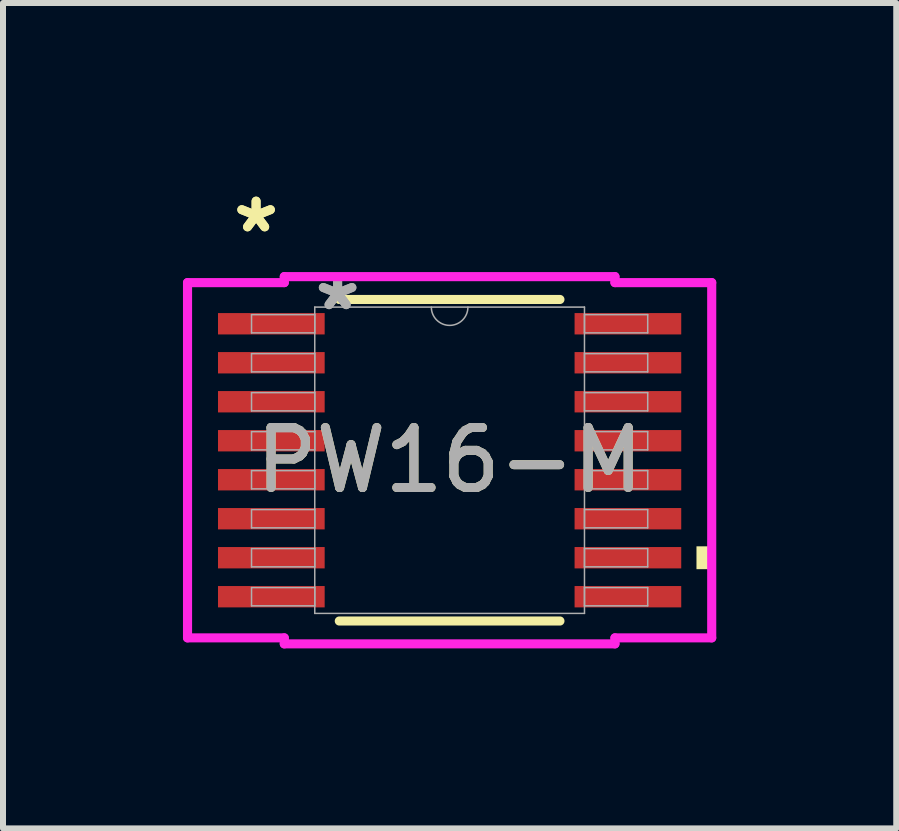
<source format=kicad_pcb>
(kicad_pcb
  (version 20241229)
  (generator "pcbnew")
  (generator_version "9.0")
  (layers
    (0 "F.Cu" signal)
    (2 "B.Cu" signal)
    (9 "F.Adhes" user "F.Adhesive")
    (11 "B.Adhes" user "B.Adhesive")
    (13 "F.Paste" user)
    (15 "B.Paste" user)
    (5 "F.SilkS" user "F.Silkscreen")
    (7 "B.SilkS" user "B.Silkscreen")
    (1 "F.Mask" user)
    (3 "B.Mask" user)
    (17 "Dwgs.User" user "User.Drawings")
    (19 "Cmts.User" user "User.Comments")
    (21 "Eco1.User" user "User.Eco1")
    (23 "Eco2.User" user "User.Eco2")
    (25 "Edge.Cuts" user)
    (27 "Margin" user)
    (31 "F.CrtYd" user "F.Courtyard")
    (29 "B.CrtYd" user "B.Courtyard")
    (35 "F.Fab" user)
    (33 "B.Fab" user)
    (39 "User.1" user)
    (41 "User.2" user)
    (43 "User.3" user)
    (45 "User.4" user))
  (footprint "PW16-M"
    (layer "F.Cu")
    (at 4.445 4.622)
    (property "Reference" "PW16-M" (at 0 0 0) (unlocked yes) (layer "F.SilkS") (effects (font (size 1 1) (thickness 0.15))))
    (attr smd)
    (fp_line (start -1.839 2.68) (end 1.839 2.68) (stroke (width 0.152) (type solid)) (layer "F.SilkS"))
    (fp_line (start 1.839 -2.68) (end -1.839 -2.68) (stroke (width 0.152) (type solid)) (layer "F.SilkS"))
    (fp_poly (pts (xy 4.369 1.435) (xy 4.369 1.816) (xy 4.115 1.816) (xy 4.115 1.435)) (stroke (width 0) (type solid)) (fill yes) (layer "F.SilkS"))
    (fp_line (start -4.369 -2.961) (end -2.756 -2.961) (stroke (width 0.152) (type solid)) (layer "F.CrtYd"))
    (fp_line (start -4.369 2.961) (end -4.369 -2.961) (stroke (width 0.152) (type solid)) (layer "F.CrtYd"))
    (fp_line (start -4.369 2.961) (end -2.756 2.961) (stroke (width 0.152) (type solid)) (layer "F.CrtYd"))
    (fp_line (start -2.756 -3.061) (end 2.756 -3.061) (stroke (width 0.152) (type solid)) (layer "F.CrtYd"))
    (fp_line (start -2.756 -2.961) (end -2.756 -3.061) (stroke (width 0.152) (type solid)) (layer "F.CrtYd"))
    (fp_line (start -2.756 3.061) (end -2.756 2.961) (stroke (width 0.152) (type solid)) (layer "F.CrtYd"))
    (fp_line (start 2.756 -3.061) (end 2.756 -2.961) (stroke (width 0.152) (type solid)) (layer "F.CrtYd"))
    (fp_line (start 2.756 2.961) (end 2.756 3.061) (stroke (width 0.152) (type solid)) (layer "F.CrtYd"))
    (fp_line (start 2.756 3.061) (end -2.756 3.061) (stroke (width 0.152) (type solid)) (layer "F.CrtYd"))
    (fp_line (start 4.369 -2.961) (end 2.756 -2.961) (stroke (width 0.152) (type solid)) (layer "F.CrtYd"))
    (fp_line (start 4.369 -2.961) (end 4.369 2.961) (stroke (width 0.152) (type solid)) (layer "F.CrtYd"))
    (fp_line (start 4.369 2.961) (end 2.756 2.961) (stroke (width 0.152) (type solid)) (layer "F.CrtYd"))
    (fp_line (start -3.302 -2.427) (end -3.302 -2.123) (stroke (width 0.025) (type solid)) (layer "F.Fab"))
    (fp_line (start -3.302 -2.123) (end -2.248 -2.123) (stroke (width 0.025) (type solid)) (layer "F.Fab"))
    (fp_line (start -3.302 -1.777) (end -3.302 -1.473) (stroke (width 0.025) (type solid)) (layer "F.Fab"))
    (fp_line (start -3.302 -1.473) (end -2.248 -1.473) (stroke (width 0.025) (type solid)) (layer "F.Fab"))
    (fp_line (start -3.302 -1.127) (end -3.302 -0.823) (stroke (width 0.025) (type solid)) (layer "F.Fab"))
    (fp_line (start -3.302 -0.823) (end -2.248 -0.823) (stroke (width 0.025) (type solid)) (layer "F.Fab"))
    (fp_line (start -3.302 -0.477) (end -3.302 -0.173) (stroke (width 0.025) (type solid)) (layer "F.Fab"))
    (fp_line (start -3.302 -0.173) (end -2.248 -0.173) (stroke (width 0.025) (type solid)) (layer "F.Fab"))
    (fp_line (start -3.302 0.173) (end -3.302 0.477) (stroke (width 0.025) (type solid)) (layer "F.Fab"))
    (fp_line (start -3.302 0.477) (end -2.248 0.477) (stroke (width 0.025) (type solid)) (layer "F.Fab"))
    (fp_line (start -3.302 0.823) (end -3.302 1.127) (stroke (width 0.025) (type solid)) (layer "F.Fab"))
    (fp_line (start -3.302 1.127) (end -2.248 1.127) (stroke (width 0.025) (type solid)) (layer "F.Fab"))
    (fp_line (start -3.302 1.473) (end -3.302 1.777) (stroke (width 0.025) (type solid)) (layer "F.Fab"))
    (fp_line (start -3.302 1.777) (end -2.248 1.777) (stroke (width 0.025) (type solid)) (layer "F.Fab"))
    (fp_line (start -3.302 2.123) (end -3.302 2.427) (stroke (width 0.025) (type solid)) (layer "F.Fab"))
    (fp_line (start -3.302 2.427) (end -2.248 2.427) (stroke (width 0.025) (type solid)) (layer "F.Fab"))
    (fp_line (start -2.248 -2.553) (end -2.248 2.553) (stroke (width 0.025) (type solid)) (layer "F.Fab"))
    (fp_line (start -2.248 -2.427) (end -3.302 -2.427) (stroke (width 0.025) (type solid)) (layer "F.Fab"))
    (fp_line (start -2.248 -2.123) (end -2.248 -2.427) (stroke (width 0.025) (type solid)) (layer "F.Fab"))
    (fp_line (start -2.248 -1.777) (end -3.302 -1.777) (stroke (width 0.025) (type solid)) (layer "F.Fab"))
    (fp_line (start -2.248 -1.473) (end -2.248 -1.777) (stroke (width 0.025) (type solid)) (layer "F.Fab"))
    (fp_line (start -2.248 -1.127) (end -3.302 -1.127) (stroke (width 0.025) (type solid)) (layer "F.Fab"))
    (fp_line (start -2.248 -0.823) (end -2.248 -1.127) (stroke (width 0.025) (type solid)) (layer "F.Fab"))
    (fp_line (start -2.248 -0.477) (end -3.302 -0.477) (stroke (width 0.025) (type solid)) (layer "F.Fab"))
    (fp_line (start -2.248 -0.173) (end -2.248 -0.477) (stroke (width 0.025) (type solid)) (layer "F.Fab"))
    (fp_line (start -2.248 0.173) (end -3.302 0.173) (stroke (width 0.025) (type solid)) (layer "F.Fab"))
    (fp_line (start -2.248 0.477) (end -2.248 0.173) (stroke (width 0.025) (type solid)) (layer "F.Fab"))
    (fp_line (start -2.248 0.823) (end -3.302 0.823) (stroke (width 0.025) (type solid)) (layer "F.Fab"))
    (fp_line (start -2.248 1.127) (end -2.248 0.823) (stroke (width 0.025) (type solid)) (layer "F.Fab"))
    (fp_line (start -2.248 1.473) (end -3.302 1.473) (stroke (width 0.025) (type solid)) (layer "F.Fab"))
    (fp_line (start -2.248 1.777) (end -2.248 1.473) (stroke (width 0.025) (type solid)) (layer "F.Fab"))
    (fp_line (start -2.248 2.123) (end -3.302 2.123) (stroke (width 0.025) (type solid)) (layer "F.Fab"))
    (fp_line (start -2.248 2.427) (end -2.248 2.123) (stroke (width 0.025) (type solid)) (layer "F.Fab"))
    (fp_line (start -2.248 2.553) (end 2.248 2.553) (stroke (width 0.025) (type solid)) (layer "F.Fab"))
    (fp_line (start 2.248 -2.553) (end -2.248 -2.553) (stroke (width 0.025) (type solid)) (layer "F.Fab"))
    (fp_line (start 2.248 -2.427) (end 2.248 -2.123) (stroke (width 0.025) (type solid)) (layer "F.Fab"))
    (fp_line (start 2.248 -2.123) (end 3.302 -2.123) (stroke (width 0.025) (type solid)) (layer "F.Fab"))
    (fp_line (start 2.248 -1.777) (end 2.248 -1.473) (stroke (width 0.025) (type solid)) (layer "F.Fab"))
    (fp_line (start 2.248 -1.473) (end 3.302 -1.473) (stroke (width 0.025) (type solid)) (layer "F.Fab"))
    (fp_line (start 2.248 -1.127) (end 2.248 -0.823) (stroke (width 0.025) (type solid)) (layer "F.Fab"))
    (fp_line (start 2.248 -0.823) (end 3.302 -0.823) (stroke (width 0.025) (type solid)) (layer "F.Fab"))
    (fp_line (start 2.248 -0.477) (end 2.248 -0.173) (stroke (width 0.025) (type solid)) (layer "F.Fab"))
    (fp_line (start 2.248 -0.173) (end 3.302 -0.173) (stroke (width 0.025) (type solid)) (layer "F.Fab"))
    (fp_line (start 2.248 0.173) (end 2.248 0.477) (stroke (width 0.025) (type solid)) (layer "F.Fab"))
    (fp_line (start 2.248 0.477) (end 3.302 0.477) (stroke (width 0.025) (type solid)) (layer "F.Fab"))
    (fp_line (start 2.248 0.823) (end 2.248 1.127) (stroke (width 0.025) (type solid)) (layer "F.Fab"))
    (fp_line (start 2.248 1.127) (end 3.302 1.127) (stroke (width 0.025) (type solid)) (layer "F.Fab"))
    (fp_line (start 2.248 1.473) (end 2.248 1.777) (stroke (width 0.025) (type solid)) (layer "F.Fab"))
    (fp_line (start 2.248 1.777) (end 3.302 1.777) (stroke (width 0.025) (type solid)) (layer "F.Fab"))
    (fp_line (start 2.248 2.123) (end 2.248 2.427) (stroke (width 0.025) (type solid)) (layer "F.Fab"))
    (fp_line (start 2.248 2.427) (end 3.302 2.427) (stroke (width 0.025) (type solid)) (layer "F.Fab"))
    (fp_line (start 2.248 2.553) (end 2.248 -2.553) (stroke (width 0.025) (type solid)) (layer "F.Fab"))
    (fp_line (start 3.302 -2.427) (end 2.248 -2.427) (stroke (width 0.025) (type solid)) (layer "F.Fab"))
    (fp_line (start 3.302 -2.123) (end 3.302 -2.427) (stroke (width 0.025) (type solid)) (layer "F.Fab"))
    (fp_line (start 3.302 -1.777) (end 2.248 -1.777) (stroke (width 0.025) (type solid)) (layer "F.Fab"))
    (fp_line (start 3.302 -1.473) (end 3.302 -1.777) (stroke (width 0.025) (type solid)) (layer "F.Fab"))
    (fp_line (start 3.302 -1.127) (end 2.248 -1.127) (stroke (width 0.025) (type solid)) (layer "F.Fab"))
    (fp_line (start 3.302 -0.823) (end 3.302 -1.127) (stroke (width 0.025) (type solid)) (layer "F.Fab"))
    (fp_line (start 3.302 -0.477) (end 2.248 -0.477) (stroke (width 0.025) (type solid)) (layer "F.Fab"))
    (fp_line (start 3.302 -0.173) (end 3.302 -0.477) (stroke (width 0.025) (type solid)) (layer "F.Fab"))
    (fp_line (start 3.302 0.173) (end 2.248 0.173) (stroke (width 0.025) (type solid)) (layer "F.Fab"))
    (fp_line (start 3.302 0.477) (end 3.302 0.173) (stroke (width 0.025) (type solid)) (layer "F.Fab"))
    (fp_line (start 3.302 0.823) (end 2.248 0.823) (stroke (width 0.025) (type solid)) (layer "F.Fab"))
    (fp_line (start 3.302 1.127) (end 3.302 0.823) (stroke (width 0.025) (type solid)) (layer "F.Fab"))
    (fp_line (start 3.302 1.473) (end 2.248 1.473) (stroke (width 0.025) (type solid)) (layer "F.Fab"))
    (fp_line (start 3.302 1.777) (end 3.302 1.473) (stroke (width 0.025) (type solid)) (layer "F.Fab"))
    (fp_line (start 3.302 2.123) (end 2.248 2.123) (stroke (width 0.025) (type solid)) (layer "F.Fab"))
    (fp_line (start 3.302 2.427) (end 3.302 2.123) (stroke (width 0.025) (type solid)) (layer "F.Fab"))
    (fp_arc (start 0.3048 -2.5527) (mid 0 -2.2479) (end -0.3048 -2.5527) (stroke (width 0.0254) (type solid)) (layer "F.Fab"))
    (fp_text user "*" (at -3.226 -3.774 0) (layer "F.SilkS") (effects (font (size 1 1) (thickness 0.15))))
    (fp_text user "*" (at -3.226 -3.774 0) (unlocked yes) (layer "F.SilkS") (effects (font (size 1 1) (thickness 0.15))))
    (fp_text user "*" (at -1.867 -2.477 0) (unlocked yes) (layer "F.Fab") (effects (font (size 1 1) (thickness 0.15))))
    (fp_text user "*" (at -1.867 -2.477 0) (layer "F.Fab") (effects (font (size 1 1) (thickness 0.15))))
    (fp_text user "${REFERENCE}" (at 0 0 0) (unlocked yes) (layer "F.Fab") (effects (font (size 1 1) (thickness 0.15))))
    (pad "1" smd rect (at -2.972 -2.275) (size 1.778 0.356) (layers "F.Cu" "F.Mask" "F.Paste"))
    (pad "2" smd rect (at -2.972 -1.625) (size 1.778 0.356) (layers "F.Cu" "F.Mask" "F.Paste"))
    (pad "3" smd rect (at -2.972 -0.975) (size 1.778 0.356) (layers "F.Cu" "F.Mask" "F.Paste"))
    (pad "4" smd rect (at -2.972 -0.325) (size 1.778 0.356) (layers "F.Cu" "F.Mask" "F.Paste"))
    (pad "5" smd rect (at -2.972 0.325) (size 1.778 0.356) (layers "F.Cu" "F.Mask" "F.Paste"))
    (pad "6" smd rect (at -2.972 0.975) (size 1.778 0.356) (layers "F.Cu" "F.Mask" "F.Paste"))
    (pad "7" smd rect (at -2.972 1.625) (size 1.778 0.356) (layers "F.Cu" "F.Mask" "F.Paste"))
    (pad "8" smd rect (at -2.972 2.275) (size 1.778 0.356) (layers "F.Cu" "F.Mask" "F.Paste"))
    (pad "9" smd rect (at 2.972 2.275) (size 1.778 0.356) (layers "F.Cu" "F.Mask" "F.Paste"))
    (pad "10" smd rect (at 2.972 1.625) (size 1.778 0.356) (layers "F.Cu" "F.Mask" "F.Paste"))
    (pad "11" smd rect (at 2.972 0.975) (size 1.778 0.356) (layers "F.Cu" "F.Mask" "F.Paste"))
    (pad "12" smd rect (at 2.972 0.325) (size 1.778 0.356) (layers "F.Cu" "F.Mask" "F.Paste"))
    (pad "13" smd rect (at 2.972 -0.325) (size 1.778 0.356) (layers "F.Cu" "F.Mask" "F.Paste"))
    (pad "14" smd rect (at 2.972 -0.975) (size 1.778 0.356) (layers "F.Cu" "F.Mask" "F.Paste"))
    (pad "15" smd rect (at 2.972 -1.625) (size 1.778 0.356) (layers "F.Cu" "F.Mask" "F.Paste"))
    (pad "16" smd rect (at 2.972 -2.275) (size 1.778 0.356) (layers "F.Cu" "F.Mask" "F.Paste")))
  (gr_rect
    (start -3 -3)
    (end 11.89 10.759)
    (stroke (width 0.1) (type default))
    (fill no)
    (layer "Edge.Cuts")))
</source>
